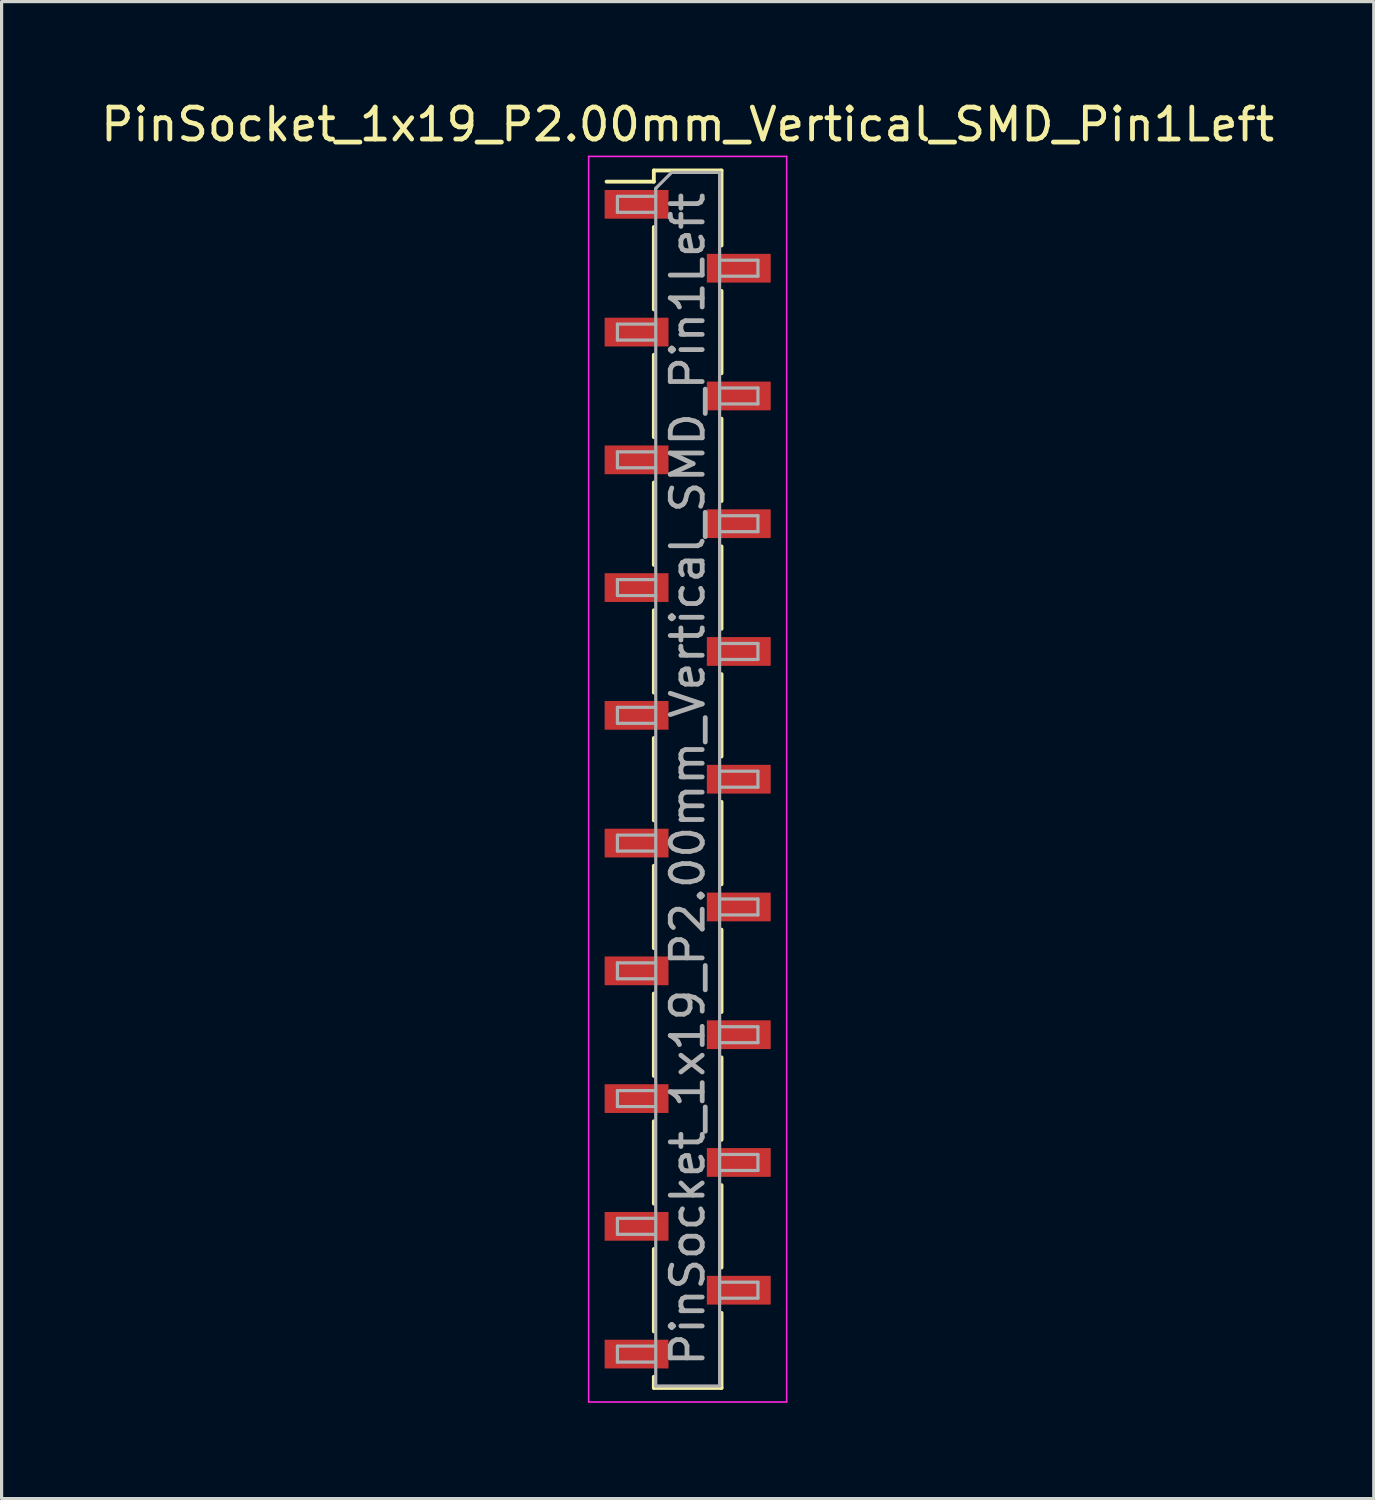
<source format=kicad_pcb>
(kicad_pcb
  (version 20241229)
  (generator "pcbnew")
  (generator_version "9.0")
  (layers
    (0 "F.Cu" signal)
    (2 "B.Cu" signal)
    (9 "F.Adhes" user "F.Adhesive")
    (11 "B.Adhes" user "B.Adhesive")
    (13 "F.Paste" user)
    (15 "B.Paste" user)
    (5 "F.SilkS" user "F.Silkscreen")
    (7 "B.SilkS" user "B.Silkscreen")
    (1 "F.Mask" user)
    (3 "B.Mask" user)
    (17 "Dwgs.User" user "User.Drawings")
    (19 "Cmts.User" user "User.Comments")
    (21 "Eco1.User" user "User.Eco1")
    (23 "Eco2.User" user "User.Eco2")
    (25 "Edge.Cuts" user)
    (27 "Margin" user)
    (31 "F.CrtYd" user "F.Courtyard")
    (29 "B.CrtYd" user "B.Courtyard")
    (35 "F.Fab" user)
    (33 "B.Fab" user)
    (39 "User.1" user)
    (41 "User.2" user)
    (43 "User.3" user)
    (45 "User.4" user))
  (footprint "PinSocket_1x19_P2.00mm_Vertical_SMD_Pin1Left"
    (layer "F.Cu")
    (at 18.482 21.348)
    (property "Reference" "PinSocket_1x19_P2.00mm_Vertical_SMD_Pin1Left" (at 0 -20.5 0) (layer "F.SilkS") (effects (font (size 1 1) (thickness 0.15))))
    (attr smd)
    (fp_line (start -2.54 -18.71) (end -1.06 -18.71) (stroke (width 0.12) (type solid)) (layer "F.SilkS"))
    (fp_line (start -1.06 -19.06) (end -1.06 -18.71) (stroke (width 0.12) (type solid)) (layer "F.SilkS"))
    (fp_line (start -1.06 -19.06) (end 1.06 -19.06) (stroke (width 0.12) (type solid)) (layer "F.SilkS"))
    (fp_line (start -1.06 -17.29) (end -1.06 -14.71) (stroke (width 0.12) (type solid)) (layer "F.SilkS"))
    (fp_line (start -1.06 -13.29) (end -1.06 -10.71) (stroke (width 0.12) (type solid)) (layer "F.SilkS"))
    (fp_line (start -1.06 -9.29) (end -1.06 -6.71) (stroke (width 0.12) (type solid)) (layer "F.SilkS"))
    (fp_line (start -1.06 -5.29) (end -1.06 -2.71) (stroke (width 0.12) (type solid)) (layer "F.SilkS"))
    (fp_line (start -1.06 -1.29) (end -1.06 1.29) (stroke (width 0.12) (type solid)) (layer "F.SilkS"))
    (fp_line (start -1.06 2.71) (end -1.06 5.29) (stroke (width 0.12) (type solid)) (layer "F.SilkS"))
    (fp_line (start -1.06 6.71) (end -1.06 9.29) (stroke (width 0.12) (type solid)) (layer "F.SilkS"))
    (fp_line (start -1.06 10.71) (end -1.06 13.29) (stroke (width 0.12) (type solid)) (layer "F.SilkS"))
    (fp_line (start -1.06 14.71) (end -1.06 17.29) (stroke (width 0.12) (type solid)) (layer "F.SilkS"))
    (fp_line (start -1.06 18.71) (end -1.06 19.06) (stroke (width 0.12) (type solid)) (layer "F.SilkS"))
    (fp_line (start -1.06 19.06) (end 1.06 19.06) (stroke (width 0.12) (type solid)) (layer "F.SilkS"))
    (fp_line (start 1.06 -19.06) (end 1.06 -16.71) (stroke (width 0.12) (type solid)) (layer "F.SilkS"))
    (fp_line (start 1.06 -15.29) (end 1.06 -12.71) (stroke (width 0.12) (type solid)) (layer "F.SilkS"))
    (fp_line (start 1.06 -11.29) (end 1.06 -8.71) (stroke (width 0.12) (type solid)) (layer "F.SilkS"))
    (fp_line (start 1.06 -7.29) (end 1.06 -4.71) (stroke (width 0.12) (type solid)) (layer "F.SilkS"))
    (fp_line (start 1.06 -3.29) (end 1.06 -0.71) (stroke (width 0.12) (type solid)) (layer "F.SilkS"))
    (fp_line (start 1.06 0.71) (end 1.06 3.29) (stroke (width 0.12) (type solid)) (layer "F.SilkS"))
    (fp_line (start 1.06 4.71) (end 1.06 7.29) (stroke (width 0.12) (type solid)) (layer "F.SilkS"))
    (fp_line (start 1.06 8.71) (end 1.06 11.29) (stroke (width 0.12) (type solid)) (layer "F.SilkS"))
    (fp_line (start 1.06 12.71) (end 1.06 15.29) (stroke (width 0.12) (type solid)) (layer "F.SilkS"))
    (fp_line (start 1.06 16.71) (end 1.06 19.06) (stroke (width 0.12) (type solid)) (layer "F.SilkS"))
    (fp_line (start -3.1 -19.5) (end 3.1 -19.5) (stroke (width 0.05) (type solid)) (layer "F.CrtYd"))
    (fp_line (start -3.1 19.5) (end -3.1 -19.5) (stroke (width 0.05) (type solid)) (layer "F.CrtYd"))
    (fp_line (start 3.1 -19.5) (end 3.1 19.5) (stroke (width 0.05) (type solid)) (layer "F.CrtYd"))
    (fp_line (start 3.1 19.5) (end -3.1 19.5) (stroke (width 0.05) (type solid)) (layer "F.CrtYd"))
    (fp_line (start -2.2 -18.25) (end -1 -18.25) (stroke (width 0.1) (type solid)) (layer "F.Fab"))
    (fp_line (start -2.2 -17.75) (end -2.2 -18.25) (stroke (width 0.1) (type solid)) (layer "F.Fab"))
    (fp_line (start -2.2 -14.25) (end -1 -14.25) (stroke (width 0.1) (type solid)) (layer "F.Fab"))
    (fp_line (start -2.2 -13.75) (end -2.2 -14.25) (stroke (width 0.1) (type solid)) (layer "F.Fab"))
    (fp_line (start -2.2 -10.25) (end -1 -10.25) (stroke (width 0.1) (type solid)) (layer "F.Fab"))
    (fp_line (start -2.2 -9.75) (end -2.2 -10.25) (stroke (width 0.1) (type solid)) (layer "F.Fab"))
    (fp_line (start -2.2 -6.25) (end -1 -6.25) (stroke (width 0.1) (type solid)) (layer "F.Fab"))
    (fp_line (start -2.2 -5.75) (end -2.2 -6.25) (stroke (width 0.1) (type solid)) (layer "F.Fab"))
    (fp_line (start -2.2 -2.25) (end -1 -2.25) (stroke (width 0.1) (type solid)) (layer "F.Fab"))
    (fp_line (start -2.2 -1.75) (end -2.2 -2.25) (stroke (width 0.1) (type solid)) (layer "F.Fab"))
    (fp_line (start -2.2 1.75) (end -1 1.75) (stroke (width 0.1) (type solid)) (layer "F.Fab"))
    (fp_line (start -2.2 2.25) (end -2.2 1.75) (stroke (width 0.1) (type solid)) (layer "F.Fab"))
    (fp_line (start -2.2 5.75) (end -1 5.75) (stroke (width 0.1) (type solid)) (layer "F.Fab"))
    (fp_line (start -2.2 6.25) (end -2.2 5.75) (stroke (width 0.1) (type solid)) (layer "F.Fab"))
    (fp_line (start -2.2 9.75) (end -1 9.75) (stroke (width 0.1) (type solid)) (layer "F.Fab"))
    (fp_line (start -2.2 10.25) (end -2.2 9.75) (stroke (width 0.1) (type solid)) (layer "F.Fab"))
    (fp_line (start -2.2 13.75) (end -1 13.75) (stroke (width 0.1) (type solid)) (layer "F.Fab"))
    (fp_line (start -2.2 14.25) (end -2.2 13.75) (stroke (width 0.1) (type solid)) (layer "F.Fab"))
    (fp_line (start -2.2 17.75) (end -1 17.75) (stroke (width 0.1) (type solid)) (layer "F.Fab"))
    (fp_line (start -2.2 18.25) (end -2.2 17.75) (stroke (width 0.1) (type solid)) (layer "F.Fab"))
    (fp_line (start -1 -18.5) (end -0.5 -19) (stroke (width 0.1) (type solid)) (layer "F.Fab"))
    (fp_line (start -1 -17.75) (end -2.2 -17.75) (stroke (width 0.1) (type solid)) (layer "F.Fab"))
    (fp_line (start -1 -13.75) (end -2.2 -13.75) (stroke (width 0.1) (type solid)) (layer "F.Fab"))
    (fp_line (start -1 -9.75) (end -2.2 -9.75) (stroke (width 0.1) (type solid)) (layer "F.Fab"))
    (fp_line (start -1 -5.75) (end -2.2 -5.75) (stroke (width 0.1) (type solid)) (layer "F.Fab"))
    (fp_line (start -1 -1.75) (end -2.2 -1.75) (stroke (width 0.1) (type solid)) (layer "F.Fab"))
    (fp_line (start -1 2.25) (end -2.2 2.25) (stroke (width 0.1) (type solid)) (layer "F.Fab"))
    (fp_line (start -1 6.25) (end -2.2 6.25) (stroke (width 0.1) (type solid)) (layer "F.Fab"))
    (fp_line (start -1 10.25) (end -2.2 10.25) (stroke (width 0.1) (type solid)) (layer "F.Fab"))
    (fp_line (start -1 14.25) (end -2.2 14.25) (stroke (width 0.1) (type solid)) (layer "F.Fab"))
    (fp_line (start -1 18.25) (end -2.2 18.25) (stroke (width 0.1) (type solid)) (layer "F.Fab"))
    (fp_line (start -1 19) (end -1 -18.5) (stroke (width 0.1) (type solid)) (layer "F.Fab"))
    (fp_line (start -0.5 -19) (end 1 -19) (stroke (width 0.1) (type solid)) (layer "F.Fab"))
    (fp_line (start 1 -19) (end 1 19) (stroke (width 0.1) (type solid)) (layer "F.Fab"))
    (fp_line (start 1 -16.25) (end 2.2 -16.25) (stroke (width 0.1) (type solid)) (layer "F.Fab"))
    (fp_line (start 1 -12.25) (end 2.2 -12.25) (stroke (width 0.1) (type solid)) (layer "F.Fab"))
    (fp_line (start 1 -8.25) (end 2.2 -8.25) (stroke (width 0.1) (type solid)) (layer "F.Fab"))
    (fp_line (start 1 -4.25) (end 2.2 -4.25) (stroke (width 0.1) (type solid)) (layer "F.Fab"))
    (fp_line (start 1 -0.25) (end 2.2 -0.25) (stroke (width 0.1) (type solid)) (layer "F.Fab"))
    (fp_line (start 1 3.75) (end 2.2 3.75) (stroke (width 0.1) (type solid)) (layer "F.Fab"))
    (fp_line (start 1 7.75) (end 2.2 7.75) (stroke (width 0.1) (type solid)) (layer "F.Fab"))
    (fp_line (start 1 11.75) (end 2.2 11.75) (stroke (width 0.1) (type solid)) (layer "F.Fab"))
    (fp_line (start 1 15.75) (end 2.2 15.75) (stroke (width 0.1) (type solid)) (layer "F.Fab"))
    (fp_line (start 1 19) (end -1 19) (stroke (width 0.1) (type solid)) (layer "F.Fab"))
    (fp_line (start 2.2 -16.25) (end 2.2 -15.75) (stroke (width 0.1) (type solid)) (layer "F.Fab"))
    (fp_line (start 2.2 -15.75) (end 1 -15.75) (stroke (width 0.1) (type solid)) (layer "F.Fab"))
    (fp_line (start 2.2 -12.25) (end 2.2 -11.75) (stroke (width 0.1) (type solid)) (layer "F.Fab"))
    (fp_line (start 2.2 -11.75) (end 1 -11.75) (stroke (width 0.1) (type solid)) (layer "F.Fab"))
    (fp_line (start 2.2 -8.25) (end 2.2 -7.75) (stroke (width 0.1) (type solid)) (layer "F.Fab"))
    (fp_line (start 2.2 -7.75) (end 1 -7.75) (stroke (width 0.1) (type solid)) (layer "F.Fab"))
    (fp_line (start 2.2 -4.25) (end 2.2 -3.75) (stroke (width 0.1) (type solid)) (layer "F.Fab"))
    (fp_line (start 2.2 -3.75) (end 1 -3.75) (stroke (width 0.1) (type solid)) (layer "F.Fab"))
    (fp_line (start 2.2 -0.25) (end 2.2 0.25) (stroke (width 0.1) (type solid)) (layer "F.Fab"))
    (fp_line (start 2.2 0.25) (end 1 0.25) (stroke (width 0.1) (type solid)) (layer "F.Fab"))
    (fp_line (start 2.2 3.75) (end 2.2 4.25) (stroke (width 0.1) (type solid)) (layer "F.Fab"))
    (fp_line (start 2.2 4.25) (end 1 4.25) (stroke (width 0.1) (type solid)) (layer "F.Fab"))
    (fp_line (start 2.2 7.75) (end 2.2 8.25) (stroke (width 0.1) (type solid)) (layer "F.Fab"))
    (fp_line (start 2.2 8.25) (end 1 8.25) (stroke (width 0.1) (type solid)) (layer "F.Fab"))
    (fp_line (start 2.2 11.75) (end 2.2 12.25) (stroke (width 0.1) (type solid)) (layer "F.Fab"))
    (fp_line (start 2.2 12.25) (end 1 12.25) (stroke (width 0.1) (type solid)) (layer "F.Fab"))
    (fp_line (start 2.2 15.75) (end 2.2 16.25) (stroke (width 0.1) (type solid)) (layer "F.Fab"))
    (fp_line (start 2.2 16.25) (end 1 16.25) (stroke (width 0.1) (type solid)) (layer "F.Fab"))
    (fp_text user "${REFERENCE}" (at 0 0 90) (layer "F.Fab") (effects (font (size 1 1) (thickness 0.15))))
    (pad "1" smd rect (at -1.6 -18) (size 2 0.9) (layers "F.Cu" "F.Mask" "F.Paste"))
    (pad "2" smd rect (at 1.6 -16) (size 2 0.9) (layers "F.Cu" "F.Mask" "F.Paste"))
    (pad "3" smd rect (at -1.6 -14) (size 2 0.9) (layers "F.Cu" "F.Mask" "F.Paste"))
    (pad "4" smd rect (at 1.6 -12) (size 2 0.9) (layers "F.Cu" "F.Mask" "F.Paste"))
    (pad "5" smd rect (at -1.6 -10) (size 2 0.9) (layers "F.Cu" "F.Mask" "F.Paste"))
    (pad "6" smd rect (at 1.6 -8) (size 2 0.9) (layers "F.Cu" "F.Mask" "F.Paste"))
    (pad "7" smd rect (at -1.6 -6) (size 2 0.9) (layers "F.Cu" "F.Mask" "F.Paste"))
    (pad "8" smd rect (at 1.6 -4) (size 2 0.9) (layers "F.Cu" "F.Mask" "F.Paste"))
    (pad "9" smd rect (at -1.6 -2) (size 2 0.9) (layers "F.Cu" "F.Mask" "F.Paste"))
    (pad "10" smd rect (at 1.6 0) (size 2 0.9) (layers "F.Cu" "F.Mask" "F.Paste"))
    (pad "11" smd rect (at -1.6 2) (size 2 0.9) (layers "F.Cu" "F.Mask" "F.Paste"))
    (pad "12" smd rect (at 1.6 4) (size 2 0.9) (layers "F.Cu" "F.Mask" "F.Paste"))
    (pad "13" smd rect (at -1.6 6) (size 2 0.9) (layers "F.Cu" "F.Mask" "F.Paste"))
    (pad "14" smd rect (at 1.6 8) (size 2 0.9) (layers "F.Cu" "F.Mask" "F.Paste"))
    (pad "15" smd rect (at -1.6 10) (size 2 0.9) (layers "F.Cu" "F.Mask" "F.Paste"))
    (pad "16" smd rect (at 1.6 12) (size 2 0.9) (layers "F.Cu" "F.Mask" "F.Paste"))
    (pad "17" smd rect (at -1.6 14) (size 2 0.9) (layers "F.Cu" "F.Mask" "F.Paste"))
    (pad "18" smd rect (at 1.6 16) (size 2 0.9) (layers "F.Cu" "F.Mask" "F.Paste"))
    (pad "19" smd rect (at -1.6 18) (size 2 0.9) (layers "F.Cu" "F.Mask" "F.Paste")))
  (gr_rect
    (start -3 -3)
    (end 39.964 43.873)
    (stroke (width 0.1) (type default))
    (fill no)
    (layer "Edge.Cuts")))
</source>
